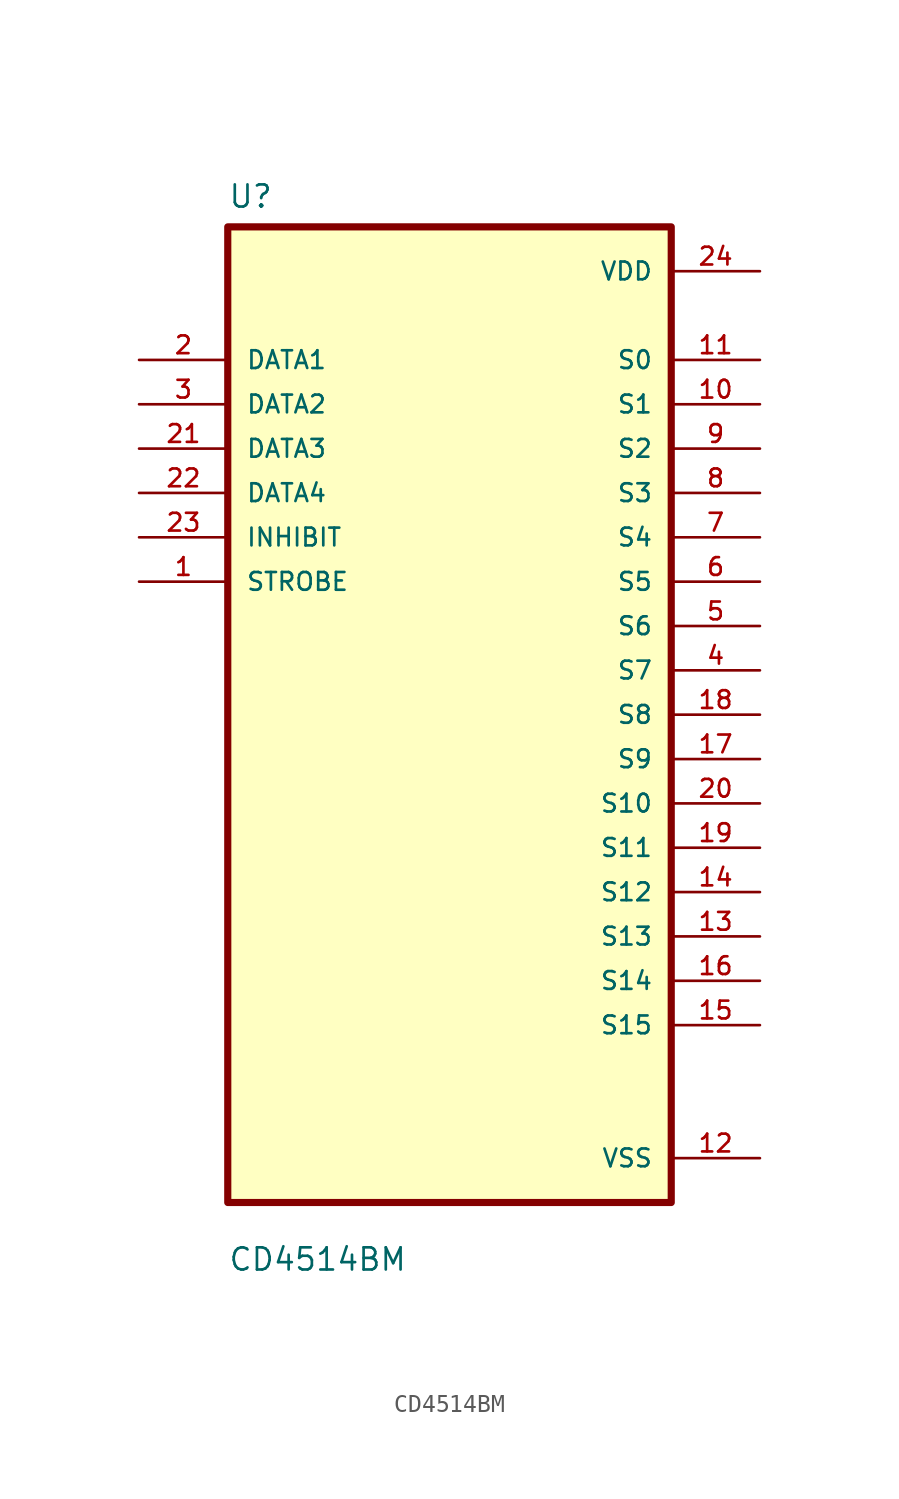
<source format=kicad_sym>
(kicad_symbol_lib
  (version 20211014)
  (generator kicad_symbol_editor)
  (symbol "CD4514BM"
    (pin_names
      (offset 1.016))
    (property "Reference" "U"
      (at -12.7 28.94 0.0)
      (effects (font (size 1.27 1.27)) (justify bottom left)))
    (property "Value" "CD4514BM"
      (at -12.7 -31.94 0.0)
      (effects (font (size 1.27 1.27)) (justify bottom left)))
    (symbol "CD4514BM_0_0"
      (rectangle (start -12.7 -27.94) (end 12.7 27.94) (stroke (width 0.41)) (fill (type background)))
      (pin input line (at -17.78 20.32 0) (length 5.08) (name "DATA1" (effects (font (size 1.016 1.016)))) (number "2" (effects (font (size 1.016 1.016)))))
      (pin input line (at -17.78 17.78 0) (length 5.08) (name "DATA2" (effects (font (size 1.016 1.016)))) (number "3" (effects (font (size 1.016 1.016)))))
      (pin input line (at -17.78 15.24 0) (length 5.08) (name "DATA3" (effects (font (size 1.016 1.016)))) (number "21" (effects (font (size 1.016 1.016)))))
      (pin input line (at -17.78 12.7 0) (length 5.08) (name "DATA4" (effects (font (size 1.016 1.016)))) (number "22" (effects (font (size 1.016 1.016)))))
      (pin input line (at -17.78 10.16 0) (length 5.08) (name "INHIBIT" (effects (font (size 1.016 1.016)))) (number "23" (effects (font (size 1.016 1.016)))))
      (pin input line (at -17.78 7.62 0) (length 5.08) (name "STROBE" (effects (font (size 1.016 1.016)))) (number "1" (effects (font (size 1.016 1.016)))))
      (pin power_in line (at 17.78 25.4 180.0) (length 5.08) (name "VDD" (effects (font (size 1.016 1.016)))) (number "24" (effects (font (size 1.016 1.016)))))
      (pin output line (at 17.78 20.32 180.0) (length 5.08) (name "S0" (effects (font (size 1.016 1.016)))) (number "11" (effects (font (size 1.016 1.016)))))
      (pin output line (at 17.78 17.78 180.0) (length 5.08) (name "S1" (effects (font (size 1.016 1.016)))) (number "10" (effects (font (size 1.016 1.016)))))
      (pin output line (at 17.78 15.24 180.0) (length 5.08) (name "S2" (effects (font (size 1.016 1.016)))) (number "9" (effects (font (size 1.016 1.016)))))
      (pin output line (at 17.78 12.7 180.0) (length 5.08) (name "S3" (effects (font (size 1.016 1.016)))) (number "8" (effects (font (size 1.016 1.016)))))
      (pin output line (at 17.78 10.16 180.0) (length 5.08) (name "S4" (effects (font (size 1.016 1.016)))) (number "7" (effects (font (size 1.016 1.016)))))
      (pin output line (at 17.78 7.62 180.0) (length 5.08) (name "S5" (effects (font (size 1.016 1.016)))) (number "6" (effects (font (size 1.016 1.016)))))
      (pin output line (at 17.78 5.08 180.0) (length 5.08) (name "S6" (effects (font (size 1.016 1.016)))) (number "5" (effects (font (size 1.016 1.016)))))
      (pin output line (at 17.78 2.54 180.0) (length 5.08) (name "S7" (effects (font (size 1.016 1.016)))) (number "4" (effects (font (size 1.016 1.016)))))
      (pin output line (at 17.78 3.55271e-15 180.0) (length 5.08) (name "S8" (effects (font (size 1.016 1.016)))) (number "18" (effects (font (size 1.016 1.016)))))
      (pin output line (at 17.78 -2.54 180.0) (length 5.08) (name "S9" (effects (font (size 1.016 1.016)))) (number "17" (effects (font (size 1.016 1.016)))))
      (pin output line (at 17.78 -5.08 180.0) (length 5.08) (name "S10" (effects (font (size 1.016 1.016)))) (number "20" (effects (font (size 1.016 1.016)))))
      (pin output line (at 17.78 -7.62 180.0) (length 5.08) (name "S11" (effects (font (size 1.016 1.016)))) (number "19" (effects (font (size 1.016 1.016)))))
      (pin output line (at 17.78 -10.16 180.0) (length 5.08) (name "S12" (effects (font (size 1.016 1.016)))) (number "14" (effects (font (size 1.016 1.016)))))
      (pin output line (at 17.78 -12.7 180.0) (length 5.08) (name "S13" (effects (font (size 1.016 1.016)))) (number "13" (effects (font (size 1.016 1.016)))))
      (pin output line (at 17.78 -15.24 180.0) (length 5.08) (name "S14" (effects (font (size 1.016 1.016)))) (number "16" (effects (font (size 1.016 1.016)))))
      (pin output line (at 17.78 -17.78 180.0) (length 5.08) (name "S15" (effects (font (size 1.016 1.016)))) (number "15" (effects (font (size 1.016 1.016)))))
      (pin power_in line (at 17.78 -25.4 180.0) (length 5.08) (name "VSS" (effects (font (size 1.016 1.016)))) (number "12" (effects (font (size 1.016 1.016))))))))
</source>
